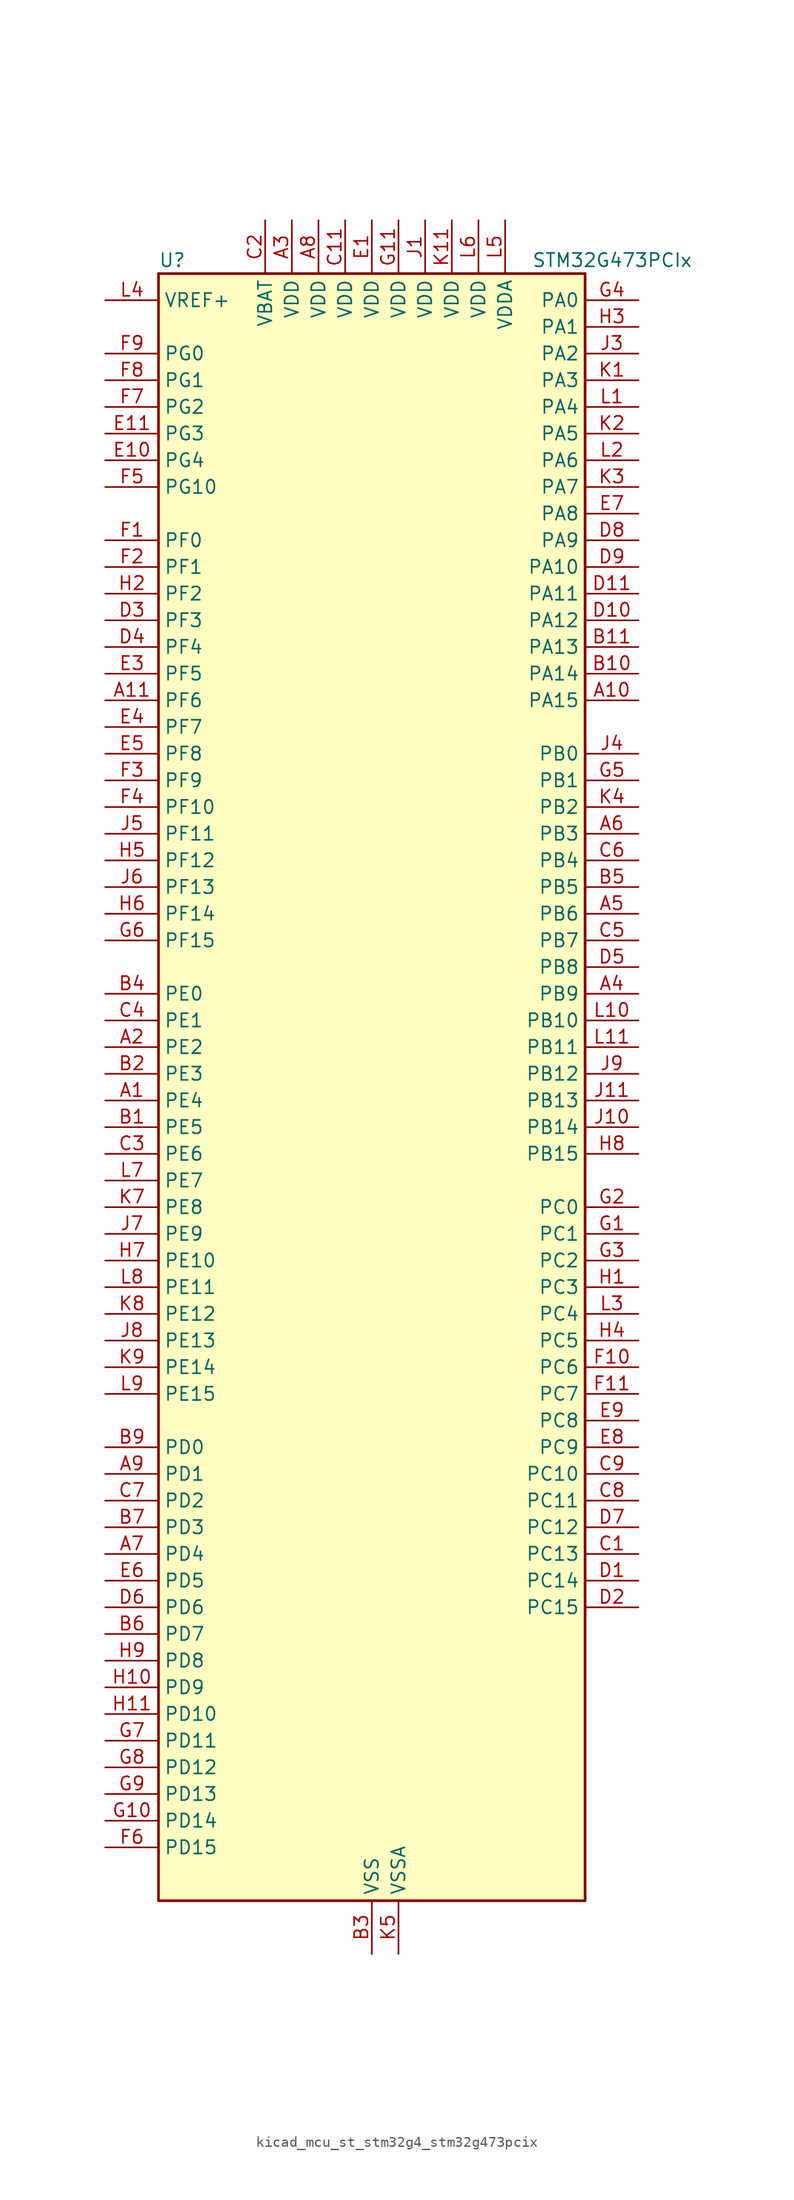
<source format=kicad_sym>
(kicad_symbol_lib
  (version 20220914)
  (generator kicad_symbol_editor)
  (symbol "kicad_mcu_st_stm32g4_stm32g473pcix"
    (property "Reference" "U"
      (at -20.32 80.01 0)
      (effects (font (size 1.27 1.27)) (justify left)))
    (property "Value" "STM32G473PCIx"
      (at 15.24 80.01 0)
      (effects (font (size 1.27 1.27)) (justify left)))
    (property "ki_locked" ""
      (at 0 0 0)
      (effects (font (size 1.27 1.27))))
    (symbol "kicad_mcu_st_stm32g4_stm32g473pcix_0_1"
      (rectangle (start -20.32 -76.2) (end 20.32 78.74) (stroke (width 0.254) (type default)) (fill (type background))))
    (symbol "kicad_mcu_st_stm32g4_stm32g473pcix_1_1"
      (pin bidirectional line (at -25.4 0 0) (length 5.08) (name "PE4" (effects (font (size 1.27 1.27)))) (number "A1" (effects (font (size 1.27 1.27)))) (alternate "FMC_A20" bidirectional line) (alternate "SAI1_D2" bidirectional line) (alternate "SAI1_FS_A" bidirectional line) (alternate "SPI4_NSS" bidirectional line) (alternate "SYS_TRACED1" bidirectional line) (alternate "TIM20_CH1N" bidirectional line) (alternate "TIM3_CH3" bidirectional line))
      (pin bidirectional line (at 25.4 38.1 180) (length 5.08) (name "PA15" (effects (font (size 1.27 1.27)))) (number "A10" (effects (font (size 1.27 1.27)))) (alternate "ADC1_EXTI15" bidirectional line) (alternate "ADC2_EXTI15" bidirectional line) (alternate "FDCAN3_TX" bidirectional line) (alternate "I2C1_SCL" bidirectional line) (alternate "I2S3_WS" bidirectional line) (alternate "SPI1_NSS" bidirectional line) (alternate "SPI3_NSS" bidirectional line) (alternate "SYS_JTDI" bidirectional line) (alternate "TIM1_BKIN" bidirectional line) (alternate "TIM2_CH1" bidirectional line) (alternate "TIM2_ETR" bidirectional line) (alternate "TIM8_CH1" bidirectional line) (alternate "UART4_DE" bidirectional line) (alternate "UART4_RTS" bidirectional line) (alternate "USART2_RX" bidirectional line))
      (pin bidirectional line (at -25.4 38.1 0) (length 5.08) (name "PF6" (effects (font (size 1.27 1.27)))) (number "A11" (effects (font (size 1.27 1.27)))) (alternate "I2C2_SCL" bidirectional line) (alternate "QUADSPI1_BK1_IO3" bidirectional line) (alternate "SAI1_SD_B" bidirectional line) (alternate "TIM4_CH4" bidirectional line) (alternate "TIM5_CH1" bidirectional line) (alternate "TIM5_ETR" bidirectional line) (alternate "USART3_RTS" bidirectional line))
      (pin bidirectional line (at -25.4 5.08 0) (length 5.08) (name "PE2" (effects (font (size 1.27 1.27)))) (number "A2" (effects (font (size 1.27 1.27)))) (alternate "ADC3_EXTI2" bidirectional line) (alternate "ADC4_EXTI2" bidirectional line) (alternate "ADC5_EXTI2" bidirectional line) (alternate "FMC_A23" bidirectional line) (alternate "SAI1_CK1" bidirectional line) (alternate "SAI1_MCLK_A" bidirectional line) (alternate "SPI4_SCK" bidirectional line) (alternate "SYS_TRACECLK" bidirectional line) (alternate "TIM20_CH1" bidirectional line) (alternate "TIM3_CH1" bidirectional line))
      (pin power_in line (at -7.62 83.82 270) (length 5.08) (name "VDD" (effects (font (size 1.27 1.27)))) (number "A3" (effects (font (size 1.27 1.27)))))
      (pin bidirectional line (at 25.4 10.16 180) (length 5.08) (name "PB9" (effects (font (size 1.27 1.27)))) (number "A4" (effects (font (size 1.27 1.27)))) (alternate "COMP2_OUT" bidirectional line) (alternate "DAC1_EXTI9" bidirectional line) (alternate "DAC2_EXTI9" bidirectional line) (alternate "DAC3_EXTI9" bidirectional line) (alternate "DAC4_EXTI9" bidirectional line) (alternate "FDCAN1_TX" bidirectional line) (alternate "I2C1_SDA" bidirectional line) (alternate "IR_OUT" bidirectional line) (alternate "SAI1_D2" bidirectional line) (alternate "SAI1_FS_A" bidirectional line) (alternate "TIM17_CH1" bidirectional line) (alternate "TIM1_CH3N" bidirectional line) (alternate "TIM4_CH4" bidirectional line) (alternate "TIM8_CH3" bidirectional line) (alternate "USART3_TX" bidirectional line))
      (pin bidirectional line (at 25.4 17.78 180) (length 5.08) (name "PB6" (effects (font (size 1.27 1.27)))) (number "A5" (effects (font (size 1.27 1.27)))) (alternate "COMP4_OUT" bidirectional line) (alternate "FDCAN2_TX" bidirectional line) (alternate "LPTIM1_ETR" bidirectional line) (alternate "SAI1_FS_B" bidirectional line) (alternate "TIM16_CH1N" bidirectional line) (alternate "TIM4_CH1" bidirectional line) (alternate "TIM8_BKIN2" bidirectional line) (alternate "TIM8_CH1" bidirectional line) (alternate "TIM8_ETR" bidirectional line) (alternate "UCPD1_CC1" bidirectional line) (alternate "USART1_TX" bidirectional line))
      (pin bidirectional line (at 25.4 25.4 180) (length 5.08) (name "PB3" (effects (font (size 1.27 1.27)))) (number "A6" (effects (font (size 1.27 1.27)))) (alternate "ADC3_EXTI3" bidirectional line) (alternate "ADC4_EXTI3" bidirectional line) (alternate "ADC5_EXTI3" bidirectional line) (alternate "CRS_SYNC" bidirectional line) (alternate "FDCAN3_RX" bidirectional line) (alternate "I2S3_CK" bidirectional line) (alternate "SAI1_SCK_B" bidirectional line) (alternate "SPI1_SCK" bidirectional line) (alternate "SPI3_SCK" bidirectional line) (alternate "SYS_JTDO-SWO" bidirectional line) (alternate "TIM2_CH2" bidirectional line) (alternate "TIM3_ETR" bidirectional line) (alternate "TIM4_ETR" bidirectional line) (alternate "TIM8_CH1N" bidirectional line) (alternate "USART2_TX" bidirectional line))
      (pin bidirectional line (at -25.4 -43.18 0) (length 5.08) (name "PD4" (effects (font (size 1.27 1.27)))) (number "A7" (effects (font (size 1.27 1.27)))) (alternate "FMC_NOE" bidirectional line) (alternate "QUADSPI1_BK2_IO0" bidirectional line) (alternate "TIM2_CH2" bidirectional line) (alternate "USART2_DE" bidirectional line) (alternate "USART2_RTS" bidirectional line))
      (pin power_in line (at -5.08 83.82 270) (length 5.08) (name "VDD" (effects (font (size 1.27 1.27)))) (number "A8" (effects (font (size 1.27 1.27)))))
      (pin bidirectional line (at -25.4 -35.56 0) (length 5.08) (name "PD1" (effects (font (size 1.27 1.27)))) (number "A9" (effects (font (size 1.27 1.27)))) (alternate "FDCAN1_TX" bidirectional line) (alternate "FMC_D3" bidirectional line) (alternate "FMC_DA3" bidirectional line) (alternate "TIM8_BKIN2" bidirectional line) (alternate "TIM8_CH4" bidirectional line))
      (pin bidirectional line (at -25.4 -2.54 0) (length 5.08) (name "PE5" (effects (font (size 1.27 1.27)))) (number "B1" (effects (font (size 1.27 1.27)))) (alternate "FMC_A21" bidirectional line) (alternate "SAI1_CK2" bidirectional line) (alternate "SAI1_SCK_A" bidirectional line) (alternate "SPI4_MISO" bidirectional line) (alternate "SYS_TRACED2" bidirectional line) (alternate "TIM20_CH2N" bidirectional line) (alternate "TIM3_CH4" bidirectional line))
      (pin bidirectional line (at 25.4 40.64 180) (length 5.08) (name "PA14" (effects (font (size 1.27 1.27)))) (number "B10" (effects (font (size 1.27 1.27)))) (alternate "I2C1_SDA" bidirectional line) (alternate "I2C4_SMBA" bidirectional line) (alternate "LPTIM1_OUT" bidirectional line) (alternate "SAI1_FS_B" bidirectional line) (alternate "SYS_JTCK-SWCLK" bidirectional line) (alternate "TIM1_BKIN" bidirectional line) (alternate "TIM8_CH2" bidirectional line) (alternate "USART2_TX" bidirectional line))
      (pin bidirectional line (at 25.4 43.18 180) (length 5.08) (name "PA13" (effects (font (size 1.27 1.27)))) (number "B11" (effects (font (size 1.27 1.27)))) (alternate "I2C1_SCL" bidirectional line) (alternate "I2C4_SCL" bidirectional line) (alternate "IR_OUT" bidirectional line) (alternate "SAI1_SD_B" bidirectional line) (alternate "SYS_JTMS-SWDIO" bidirectional line) (alternate "TIM16_CH1N" bidirectional line) (alternate "TIM4_CH3" bidirectional line) (alternate "USART3_CTS" bidirectional line) (alternate "USART3_NSS" bidirectional line))
      (pin bidirectional line (at -25.4 2.54 0) (length 5.08) (name "PE3" (effects (font (size 1.27 1.27)))) (number "B2" (effects (font (size 1.27 1.27)))) (alternate "ADC3_EXTI3" bidirectional line) (alternate "ADC4_EXTI3" bidirectional line) (alternate "ADC5_EXTI3" bidirectional line) (alternate "FMC_A19" bidirectional line) (alternate "SAI1_SD_B" bidirectional line) (alternate "SPI4_NSS" bidirectional line) (alternate "SYS_TRACED0" bidirectional line) (alternate "TIM20_CH2" bidirectional line) (alternate "TIM3_CH2" bidirectional line))
      (pin power_in line (at 0 -81.28 90) (length 5.08) (name "VSS" (effects (font (size 1.27 1.27)))) (number "B3" (effects (font (size 1.27 1.27)))))
      (pin bidirectional line (at -25.4 10.16 0) (length 5.08) (name "PE0" (effects (font (size 1.27 1.27)))) (number "B4" (effects (font (size 1.27 1.27)))) (alternate "FMC_NBL0" bidirectional line) (alternate "TIM16_CH1" bidirectional line) (alternate "TIM20_CH4N" bidirectional line) (alternate "TIM20_ETR" bidirectional line) (alternate "TIM4_ETR" bidirectional line) (alternate "USART1_TX" bidirectional line))
      (pin bidirectional line (at 25.4 20.32 180) (length 5.08) (name "PB5" (effects (font (size 1.27 1.27)))) (number "B5" (effects (font (size 1.27 1.27)))) (alternate "FDCAN2_RX" bidirectional line) (alternate "I2C1_SMBA" bidirectional line) (alternate "I2C3_SDA" bidirectional line) (alternate "I2S3_SD" bidirectional line) (alternate "LPTIM1_IN1" bidirectional line) (alternate "SAI1_SD_B" bidirectional line) (alternate "SPI1_MOSI" bidirectional line) (alternate "SPI3_MOSI" bidirectional line) (alternate "TIM16_BKIN" bidirectional line) (alternate "TIM17_CH1" bidirectional line) (alternate "TIM3_CH2" bidirectional line) (alternate "TIM8_CH3N" bidirectional line) (alternate "UART5_CTS" bidirectional line) (alternate "USART2_CK" bidirectional line))
      (pin bidirectional line (at -25.4 -50.8 0) (length 5.08) (name "PD7" (effects (font (size 1.27 1.27)))) (number "B6" (effects (font (size 1.27 1.27)))) (alternate "FMC_NCE" bidirectional line) (alternate "FMC_NE1" bidirectional line) (alternate "QUADSPI1_BK2_IO3" bidirectional line) (alternate "TIM2_CH3" bidirectional line) (alternate "USART2_CK" bidirectional line))
      (pin bidirectional line (at -25.4 -40.64 0) (length 5.08) (name "PD3" (effects (font (size 1.27 1.27)))) (number "B7" (effects (font (size 1.27 1.27)))) (alternate "ADC3_EXTI3" bidirectional line) (alternate "ADC4_EXTI3" bidirectional line) (alternate "ADC5_EXTI3" bidirectional line) (alternate "FMC_CLK" bidirectional line) (alternate "QUADSPI1_BK2_NCS" bidirectional line) (alternate "TIM2_CH1" bidirectional line) (alternate "TIM2_ETR" bidirectional line) (alternate "USART2_CTS" bidirectional line) (alternate "USART2_NSS" bidirectional line))
      (pin passive line (at 0 -81.28 90) (length 5.08) hide (name "VSS" (effects (font (size 1.27 1.27)))) (number "B8" (effects (font (size 1.27 1.27)))))
      (pin bidirectional line (at -25.4 -33.02 0) (length 5.08) (name "PD0" (effects (font (size 1.27 1.27)))) (number "B9" (effects (font (size 1.27 1.27)))) (alternate "FDCAN1_RX" bidirectional line) (alternate "FMC_D2" bidirectional line) (alternate "FMC_DA2" bidirectional line) (alternate "TIM8_CH4N" bidirectional line))
      (pin bidirectional line (at 25.4 -43.18 180) (length 5.08) (name "PC13" (effects (font (size 1.27 1.27)))) (number "C1" (effects (font (size 1.27 1.27)))) (alternate "RTC_OUT1" bidirectional line) (alternate "RTC_TAMP1" bidirectional line) (alternate "RTC_TS" bidirectional line) (alternate "SYS_WKUP2" bidirectional line) (alternate "TIM1_BKIN" bidirectional line) (alternate "TIM1_CH1N" bidirectional line) (alternate "TIM8_CH4N" bidirectional line))
      (pin passive line (at 0 -81.28 90) (length 5.08) hide (name "VSS" (effects (font (size 1.27 1.27)))) (number "C10" (effects (font (size 1.27 1.27)))))
      (pin power_in line (at -2.54 83.82 270) (length 5.08) (name "VDD" (effects (font (size 1.27 1.27)))) (number "C11" (effects (font (size 1.27 1.27)))))
      (pin power_in line (at -10.16 83.82 270) (length 5.08) (name "VBAT" (effects (font (size 1.27 1.27)))) (number "C2" (effects (font (size 1.27 1.27)))))
      (pin bidirectional line (at -25.4 -5.08 0) (length 5.08) (name "PE6" (effects (font (size 1.27 1.27)))) (number "C3" (effects (font (size 1.27 1.27)))) (alternate "FMC_A22" bidirectional line) (alternate "RTC_TAMP3" bidirectional line) (alternate "SAI1_D1" bidirectional line) (alternate "SAI1_SD_A" bidirectional line) (alternate "SPI4_MOSI" bidirectional line) (alternate "SYS_TRACED3" bidirectional line) (alternate "SYS_WKUP3" bidirectional line) (alternate "TIM20_CH3N" bidirectional line))
      (pin bidirectional line (at -25.4 7.62 0) (length 5.08) (name "PE1" (effects (font (size 1.27 1.27)))) (number "C4" (effects (font (size 1.27 1.27)))) (alternate "FMC_NBL1" bidirectional line) (alternate "TIM17_CH1" bidirectional line) (alternate "TIM20_CH4" bidirectional line) (alternate "USART1_RX" bidirectional line))
      (pin bidirectional line (at 25.4 15.24 180) (length 5.08) (name "PB7" (effects (font (size 1.27 1.27)))) (number "C5" (effects (font (size 1.27 1.27)))) (alternate "COMP3_OUT" bidirectional line) (alternate "FMC_NL" bidirectional line) (alternate "I2C1_SDA" bidirectional line) (alternate "I2C4_SDA" bidirectional line) (alternate "LPTIM1_IN2" bidirectional line) (alternate "SYS_PVD_IN" bidirectional line) (alternate "TIM17_CH1N" bidirectional line) (alternate "TIM3_CH4" bidirectional line) (alternate "TIM4_CH2" bidirectional line) (alternate "TIM8_BKIN" bidirectional line) (alternate "UART4_CTS" bidirectional line) (alternate "USART1_RX" bidirectional line))
      (pin bidirectional line (at 25.4 22.86 180) (length 5.08) (name "PB4" (effects (font (size 1.27 1.27)))) (number "C6" (effects (font (size 1.27 1.27)))) (alternate "FDCAN3_TX" bidirectional line) (alternate "SAI1_MCLK_B" bidirectional line) (alternate "SPI1_MISO" bidirectional line) (alternate "SPI3_MISO" bidirectional line) (alternate "SYS_JTRST" bidirectional line) (alternate "TIM16_CH1" bidirectional line) (alternate "TIM17_BKIN" bidirectional line) (alternate "TIM3_CH1" bidirectional line) (alternate "TIM8_CH2N" bidirectional line) (alternate "UART5_DE" bidirectional line) (alternate "UART5_RTS" bidirectional line) (alternate "UCPD1_CC2" bidirectional line) (alternate "USART2_RX" bidirectional line))
      (pin bidirectional line (at -25.4 -38.1 0) (length 5.08) (name "PD2" (effects (font (size 1.27 1.27)))) (number "C7" (effects (font (size 1.27 1.27)))) (alternate "ADC3_EXTI2" bidirectional line) (alternate "ADC4_EXTI2" bidirectional line) (alternate "ADC5_EXTI2" bidirectional line) (alternate "TIM3_ETR" bidirectional line) (alternate "TIM8_BKIN" bidirectional line) (alternate "UART5_RX" bidirectional line))
      (pin bidirectional line (at 25.4 -38.1 180) (length 5.08) (name "PC11" (effects (font (size 1.27 1.27)))) (number "C8" (effects (font (size 1.27 1.27)))) (alternate "ADC1_EXTI11" bidirectional line) (alternate "ADC2_EXTI11" bidirectional line) (alternate "I2C3_SDA" bidirectional line) (alternate "SPI3_MISO" bidirectional line) (alternate "TIM8_CH2N" bidirectional line) (alternate "UART4_RX" bidirectional line) (alternate "USART3_RX" bidirectional line))
      (pin bidirectional line (at 25.4 -35.56 180) (length 5.08) (name "PC10" (effects (font (size 1.27 1.27)))) (number "C9" (effects (font (size 1.27 1.27)))) (alternate "DAC1_EXTI10" bidirectional line) (alternate "DAC2_EXTI10" bidirectional line) (alternate "DAC3_EXTI10" bidirectional line) (alternate "DAC4_EXTI10" bidirectional line) (alternate "I2S3_CK" bidirectional line) (alternate "SPI3_SCK" bidirectional line) (alternate "TIM8_CH1N" bidirectional line) (alternate "UART4_TX" bidirectional line) (alternate "USART3_TX" bidirectional line))
      (pin bidirectional line (at 25.4 -45.72 180) (length 5.08) (name "PC14" (effects (font (size 1.27 1.27)))) (number "D1" (effects (font (size 1.27 1.27)))) (alternate "RCC_OSC32_IN" bidirectional line))
      (pin bidirectional line (at 25.4 45.72 180) (length 5.08) (name "PA12" (effects (font (size 1.27 1.27)))) (number "D10" (effects (font (size 1.27 1.27)))) (alternate "COMP2_OUT" bidirectional line) (alternate "FDCAN1_TX" bidirectional line) (alternate "I2S_CKIN" bidirectional line) (alternate "TIM16_CH1" bidirectional line) (alternate "TIM1_CH2N" bidirectional line) (alternate "TIM1_ETR" bidirectional line) (alternate "TIM4_CH2" bidirectional line) (alternate "USART1_DE" bidirectional line) (alternate "USART1_RTS" bidirectional line) (alternate "USB_DP" bidirectional line))
      (pin bidirectional line (at 25.4 48.26 180) (length 5.08) (name "PA11" (effects (font (size 1.27 1.27)))) (number "D11" (effects (font (size 1.27 1.27)))) (alternate "ADC1_EXTI11" bidirectional line) (alternate "ADC2_EXTI11" bidirectional line) (alternate "COMP1_OUT" bidirectional line) (alternate "FDCAN1_RX" bidirectional line) (alternate "I2S2_SD" bidirectional line) (alternate "SPI2_MOSI" bidirectional line) (alternate "TIM1_BKIN2" bidirectional line) (alternate "TIM1_CH1N" bidirectional line) (alternate "TIM1_CH4" bidirectional line) (alternate "TIM4_CH1" bidirectional line) (alternate "USART1_CTS" bidirectional line) (alternate "USART1_NSS" bidirectional line) (alternate "USB_DM" bidirectional line))
      (pin bidirectional line (at 25.4 -48.26 180) (length 5.08) (name "PC15" (effects (font (size 1.27 1.27)))) (number "D2" (effects (font (size 1.27 1.27)))) (alternate "ADC1_EXTI15" bidirectional line) (alternate "ADC2_EXTI15" bidirectional line) (alternate "RCC_OSC32_OUT" bidirectional line))
      (pin bidirectional line (at -25.4 45.72 0) (length 5.08) (name "PF3" (effects (font (size 1.27 1.27)))) (number "D3" (effects (font (size 1.27 1.27)))) (alternate "ADC3_EXTI3" bidirectional line) (alternate "ADC4_EXTI3" bidirectional line) (alternate "ADC5_EXTI3" bidirectional line) (alternate "FMC_A3" bidirectional line) (alternate "I2C3_SCL" bidirectional line) (alternate "TIM20_CH4" bidirectional line))
      (pin bidirectional line (at -25.4 43.18 0) (length 5.08) (name "PF4" (effects (font (size 1.27 1.27)))) (number "D4" (effects (font (size 1.27 1.27)))) (alternate "COMP1_OUT" bidirectional line) (alternate "FMC_A4" bidirectional line) (alternate "I2C3_SDA" bidirectional line) (alternate "TIM20_CH1N" bidirectional line))
      (pin bidirectional line (at 25.4 12.7 180) (length 5.08) (name "PB8" (effects (font (size 1.27 1.27)))) (number "D5" (effects (font (size 1.27 1.27)))) (alternate "COMP1_OUT" bidirectional line) (alternate "FDCAN1_RX" bidirectional line) (alternate "I2C1_SCL" bidirectional line) (alternate "SAI1_CK1" bidirectional line) (alternate "SAI1_MCLK_A" bidirectional line) (alternate "TIM16_CH1" bidirectional line) (alternate "TIM1_BKIN" bidirectional line) (alternate "TIM4_CH3" bidirectional line) (alternate "TIM8_CH2" bidirectional line) (alternate "USART3_RX" bidirectional line))
      (pin bidirectional line (at -25.4 -48.26 0) (length 5.08) (name "PD6" (effects (font (size 1.27 1.27)))) (number "D6" (effects (font (size 1.27 1.27)))) (alternate "FMC_NWAIT" bidirectional line) (alternate "QUADSPI1_BK2_IO2" bidirectional line) (alternate "SAI1_D1" bidirectional line) (alternate "SAI1_SD_A" bidirectional line) (alternate "TIM2_CH4" bidirectional line) (alternate "USART2_RX" bidirectional line))
      (pin bidirectional line (at 25.4 -40.64 180) (length 5.08) (name "PC12" (effects (font (size 1.27 1.27)))) (number "D7" (effects (font (size 1.27 1.27)))) (alternate "I2S3_SD" bidirectional line) (alternate "SPI3_MOSI" bidirectional line) (alternate "TIM5_CH2" bidirectional line) (alternate "TIM8_CH3N" bidirectional line) (alternate "UART5_TX" bidirectional line) (alternate "UCPD1_FRSTX1" bidirectional line) (alternate "UCPD1_FRSTX2" bidirectional line) (alternate "USART3_CK" bidirectional line))
      (pin bidirectional line (at 25.4 53.34 180) (length 5.08) (name "PA9" (effects (font (size 1.27 1.27)))) (number "D8" (effects (font (size 1.27 1.27)))) (alternate "ADC5_IN2" bidirectional line) (alternate "COMP5_OUT" bidirectional line) (alternate "DAC1_EXTI9" bidirectional line) (alternate "DAC2_EXTI9" bidirectional line) (alternate "DAC3_EXTI9" bidirectional line) (alternate "DAC4_EXTI9" bidirectional line) (alternate "I2C2_SCL" bidirectional line) (alternate "I2C3_SMBA" bidirectional line) (alternate "I2S3_MCK" bidirectional line) (alternate "SAI1_FS_A" bidirectional line) (alternate "TIM15_BKIN" bidirectional line) (alternate "TIM1_CH2" bidirectional line) (alternate "TIM2_CH3" bidirectional line) (alternate "UCPD1_DBCC1" bidirectional line) (alternate "USART1_TX" bidirectional line))
      (pin bidirectional line (at 25.4 50.8 180) (length 5.08) (name "PA10" (effects (font (size 1.27 1.27)))) (number "D9" (effects (font (size 1.27 1.27)))) (alternate "COMP6_OUT" bidirectional line) (alternate "CRS_SYNC" bidirectional line) (alternate "DAC1_EXTI10" bidirectional line) (alternate "DAC2_EXTI10" bidirectional line) (alternate "DAC3_EXTI10" bidirectional line) (alternate "DAC4_EXTI10" bidirectional line) (alternate "I2C2_SMBA" bidirectional line) (alternate "SAI1_D1" bidirectional line) (alternate "SAI1_SD_A" bidirectional line) (alternate "SPI2_MISO" bidirectional line) (alternate "TIM17_BKIN" bidirectional line) (alternate "TIM1_CH3" bidirectional line) (alternate "TIM2_CH4" bidirectional line) (alternate "TIM8_BKIN" bidirectional line) (alternate "UCPD1_DBCC2" bidirectional line) (alternate "USART1_RX" bidirectional line))
      (pin power_in line (at 0 83.82 270) (length 5.08) (name "VDD" (effects (font (size 1.27 1.27)))) (number "E1" (effects (font (size 1.27 1.27)))))
      (pin bidirectional line (at -25.4 60.96 0) (length 5.08) (name "PG4" (effects (font (size 1.27 1.27)))) (number "E10" (effects (font (size 1.27 1.27)))) (alternate "FMC_A14" bidirectional line) (alternate "I2C4_SDA" bidirectional line) (alternate "SPI1_MOSI" bidirectional line) (alternate "TIM20_BKIN2" bidirectional line))
      (pin bidirectional line (at -25.4 63.5 0) (length 5.08) (name "PG3" (effects (font (size 1.27 1.27)))) (number "E11" (effects (font (size 1.27 1.27)))) (alternate "ADC3_EXTI3" bidirectional line) (alternate "ADC4_EXTI3" bidirectional line) (alternate "ADC5_EXTI3" bidirectional line) (alternate "FMC_A13" bidirectional line) (alternate "I2C4_SCL" bidirectional line) (alternate "SPI1_MISO" bidirectional line) (alternate "TIM20_BKIN" bidirectional line) (alternate "TIM20_CH4N" bidirectional line))
      (pin passive line (at 0 -81.28 90) (length 5.08) hide (name "VSS" (effects (font (size 1.27 1.27)))) (number "E2" (effects (font (size 1.27 1.27)))))
      (pin bidirectional line (at -25.4 40.64 0) (length 5.08) (name "PF5" (effects (font (size 1.27 1.27)))) (number "E3" (effects (font (size 1.27 1.27)))) (alternate "FMC_A5" bidirectional line) (alternate "TIM20_CH2N" bidirectional line))
      (pin bidirectional line (at -25.4 35.56 0) (length 5.08) (name "PF7" (effects (font (size 1.27 1.27)))) (number "E4" (effects (font (size 1.27 1.27)))) (alternate "FMC_A1" bidirectional line) (alternate "QUADSPI1_BK1_IO2" bidirectional line) (alternate "SAI1_MCLK_B" bidirectional line) (alternate "TIM20_BKIN" bidirectional line) (alternate "TIM5_CH2" bidirectional line))
      (pin bidirectional line (at -25.4 33.02 0) (length 5.08) (name "PF8" (effects (font (size 1.27 1.27)))) (number "E5" (effects (font (size 1.27 1.27)))) (alternate "FMC_A24" bidirectional line) (alternate "QUADSPI1_BK1_IO0" bidirectional line) (alternate "SAI1_SCK_B" bidirectional line) (alternate "TIM20_BKIN2" bidirectional line) (alternate "TIM5_CH3" bidirectional line))
      (pin bidirectional line (at -25.4 -45.72 0) (length 5.08) (name "PD5" (effects (font (size 1.27 1.27)))) (number "E6" (effects (font (size 1.27 1.27)))) (alternate "FMC_NWE" bidirectional line) (alternate "QUADSPI1_BK2_IO1" bidirectional line) (alternate "USART2_TX" bidirectional line))
      (pin bidirectional line (at 25.4 55.88 180) (length 5.08) (name "PA8" (effects (font (size 1.27 1.27)))) (number "E7" (effects (font (size 1.27 1.27)))) (alternate "ADC5_IN1" bidirectional line) (alternate "COMP7_OUT" bidirectional line) (alternate "FDCAN3_RX" bidirectional line) (alternate "I2C2_SDA" bidirectional line) (alternate "I2C3_SCL" bidirectional line) (alternate "I2S2_MCK" bidirectional line) (alternate "OPAMP5_VOUT" bidirectional line) (alternate "RCC_MCO" bidirectional line) (alternate "SAI1_CK2" bidirectional line) (alternate "SAI1_SCK_A" bidirectional line) (alternate "TIM1_CH1" bidirectional line) (alternate "TIM4_ETR" bidirectional line) (alternate "USART1_CK" bidirectional line))
      (pin bidirectional line (at 25.4 -33.02 180) (length 5.08) (name "PC9" (effects (font (size 1.27 1.27)))) (number "E8" (effects (font (size 1.27 1.27)))) (alternate "DAC1_EXTI9" bidirectional line) (alternate "DAC2_EXTI9" bidirectional line) (alternate "DAC3_EXTI9" bidirectional line) (alternate "DAC4_EXTI9" bidirectional line) (alternate "I2C3_SDA" bidirectional line) (alternate "I2S_CKIN" bidirectional line) (alternate "TIM3_CH4" bidirectional line) (alternate "TIM8_BKIN2" bidirectional line) (alternate "TIM8_CH4" bidirectional line))
      (pin bidirectional line (at 25.4 -30.48 180) (length 5.08) (name "PC8" (effects (font (size 1.27 1.27)))) (number "E9" (effects (font (size 1.27 1.27)))) (alternate "COMP7_OUT" bidirectional line) (alternate "I2C3_SCL" bidirectional line) (alternate "TIM20_CH3" bidirectional line) (alternate "TIM3_CH3" bidirectional line) (alternate "TIM8_CH3" bidirectional line))
      (pin bidirectional line (at -25.4 53.34 0) (length 5.08) (name "PF0" (effects (font (size 1.27 1.27)))) (number "F1" (effects (font (size 1.27 1.27)))) (alternate "ADC1_IN10" bidirectional line) (alternate "I2C2_SDA" bidirectional line) (alternate "I2S2_WS" bidirectional line) (alternate "RCC_OSC_IN" bidirectional line) (alternate "SPI2_NSS" bidirectional line) (alternate "TIM1_CH3N" bidirectional line))
      (pin bidirectional line (at 25.4 -25.4 180) (length 5.08) (name "PC6" (effects (font (size 1.27 1.27)))) (number "F10" (effects (font (size 1.27 1.27)))) (alternate "COMP6_OUT" bidirectional line) (alternate "I2C4_SCL" bidirectional line) (alternate "I2S2_MCK" bidirectional line) (alternate "TIM3_CH1" bidirectional line) (alternate "TIM8_CH1" bidirectional line))
      (pin bidirectional line (at 25.4 -27.94 180) (length 5.08) (name "PC7" (effects (font (size 1.27 1.27)))) (number "F11" (effects (font (size 1.27 1.27)))) (alternate "COMP5_OUT" bidirectional line) (alternate "I2C4_SDA" bidirectional line) (alternate "I2S3_MCK" bidirectional line) (alternate "TIM3_CH2" bidirectional line) (alternate "TIM8_CH2" bidirectional line))
      (pin bidirectional line (at -25.4 50.8 0) (length 5.08) (name "PF1" (effects (font (size 1.27 1.27)))) (number "F2" (effects (font (size 1.27 1.27)))) (alternate "ADC2_IN10" bidirectional line) (alternate "COMP3_INM" bidirectional line) (alternate "I2S2_CK" bidirectional line) (alternate "RCC_OSC_OUT" bidirectional line) (alternate "SPI2_SCK" bidirectional line))
      (pin bidirectional line (at -25.4 30.48 0) (length 5.08) (name "PF9" (effects (font (size 1.27 1.27)))) (number "F3" (effects (font (size 1.27 1.27)))) (alternate "DAC1_EXTI9" bidirectional line) (alternate "DAC2_EXTI9" bidirectional line) (alternate "DAC3_EXTI9" bidirectional line) (alternate "DAC4_EXTI9" bidirectional line) (alternate "FMC_A25" bidirectional line) (alternate "QUADSPI1_BK1_IO1" bidirectional line) (alternate "SAI1_FS_B" bidirectional line) (alternate "SPI2_SCK" bidirectional line) (alternate "TIM15_CH1" bidirectional line) (alternate "TIM20_BKIN" bidirectional line) (alternate "TIM5_CH4" bidirectional line))
      (pin bidirectional line (at -25.4 27.94 0) (length 5.08) (name "PF10" (effects (font (size 1.27 1.27)))) (number "F4" (effects (font (size 1.27 1.27)))) (alternate "DAC1_EXTI10" bidirectional line) (alternate "DAC2_EXTI10" bidirectional line) (alternate "DAC3_EXTI10" bidirectional line) (alternate "DAC4_EXTI10" bidirectional line) (alternate "FMC_A0" bidirectional line) (alternate "QUADSPI1_CLK" bidirectional line) (alternate "SAI1_D3" bidirectional line) (alternate "SPI2_SCK" bidirectional line) (alternate "TIM15_CH2" bidirectional line) (alternate "TIM20_BKIN2" bidirectional line))
      (pin bidirectional line (at -25.4 58.42 0) (length 5.08) (name "PG10" (effects (font (size 1.27 1.27)))) (number "F5" (effects (font (size 1.27 1.27)))) (alternate "DAC1_EXTI10" bidirectional line) (alternate "DAC2_EXTI10" bidirectional line) (alternate "DAC3_EXTI10" bidirectional line) (alternate "DAC4_EXTI10" bidirectional line) (alternate "RCC_MCO" bidirectional line))
      (pin bidirectional line (at -25.4 -71.12 0) (length 5.08) (name "PD15" (effects (font (size 1.27 1.27)))) (number "F6" (effects (font (size 1.27 1.27)))) (alternate "ADC1_EXTI15" bidirectional line) (alternate "ADC2_EXTI15" bidirectional line) (alternate "COMP7_INM" bidirectional line) (alternate "FMC_D1" bidirectional line) (alternate "FMC_DA1" bidirectional line) (alternate "SPI2_NSS" bidirectional line) (alternate "TIM4_CH4" bidirectional line))
      (pin bidirectional line (at -25.4 66.04 0) (length 5.08) (name "PG2" (effects (font (size 1.27 1.27)))) (number "F7" (effects (font (size 1.27 1.27)))) (alternate "ADC3_EXTI2" bidirectional line) (alternate "ADC4_EXTI2" bidirectional line) (alternate "ADC5_EXTI2" bidirectional line) (alternate "FMC_A12" bidirectional line) (alternate "SPI1_SCK" bidirectional line) (alternate "TIM20_CH3N" bidirectional line))
      (pin bidirectional line (at -25.4 68.58 0) (length 5.08) (name "PG1" (effects (font (size 1.27 1.27)))) (number "F8" (effects (font (size 1.27 1.27)))) (alternate "FMC_A11" bidirectional line) (alternate "TIM20_CH2N" bidirectional line))
      (pin bidirectional line (at -25.4 71.12 0) (length 5.08) (name "PG0" (effects (font (size 1.27 1.27)))) (number "F9" (effects (font (size 1.27 1.27)))) (alternate "FMC_A10" bidirectional line) (alternate "TIM20_CH1N" bidirectional line))
      (pin bidirectional line (at 25.4 -12.7 180) (length 5.08) (name "PC1" (effects (font (size 1.27 1.27)))) (number "G1" (effects (font (size 1.27 1.27)))) (alternate "ADC1_IN7" bidirectional line) (alternate "ADC2_IN7" bidirectional line) (alternate "COMP3_INP" bidirectional line) (alternate "LPTIM1_OUT" bidirectional line) (alternate "LPUART1_TX" bidirectional line) (alternate "QUADSPI1_BK2_IO0" bidirectional line) (alternate "SAI1_SD_A" bidirectional line) (alternate "TIM1_CH2" bidirectional line))
      (pin bidirectional line (at -25.4 -68.58 0) (length 5.08) (name "PD14" (effects (font (size 1.27 1.27)))) (number "G10" (effects (font (size 1.27 1.27)))) (alternate "ADC3_IN11" bidirectional line) (alternate "ADC4_IN11" bidirectional line) (alternate "ADC5_IN11" bidirectional line) (alternate "COMP7_INP" bidirectional line) (alternate "FMC_D0" bidirectional line) (alternate "FMC_DA0" bidirectional line) (alternate "OPAMP2_VINP" bidirectional line) (alternate "OPAMP2_VINP_SEC" bidirectional line) (alternate "TIM4_CH3" bidirectional line))
      (pin power_in line (at 2.54 83.82 270) (length 5.08) (name "VDD" (effects (font (size 1.27 1.27)))) (number "G11" (effects (font (size 1.27 1.27)))))
      (pin bidirectional line (at 25.4 -10.16 180) (length 5.08) (name "PC0" (effects (font (size 1.27 1.27)))) (number "G2" (effects (font (size 1.27 1.27)))) (alternate "ADC1_IN6" bidirectional line) (alternate "ADC2_IN6" bidirectional line) (alternate "COMP3_INM" bidirectional line) (alternate "LPTIM1_IN1" bidirectional line) (alternate "LPUART1_RX" bidirectional line) (alternate "TIM1_CH1" bidirectional line))
      (pin bidirectional line (at 25.4 -15.24 180) (length 5.08) (name "PC2" (effects (font (size 1.27 1.27)))) (number "G3" (effects (font (size 1.27 1.27)))) (alternate "ADC1_IN8" bidirectional line) (alternate "ADC2_IN8" bidirectional line) (alternate "ADC3_EXTI2" bidirectional line) (alternate "ADC4_EXTI2" bidirectional line) (alternate "ADC5_EXTI2" bidirectional line) (alternate "COMP3_OUT" bidirectional line) (alternate "LPTIM1_IN2" bidirectional line) (alternate "QUADSPI1_BK2_IO1" bidirectional line) (alternate "TIM1_CH3" bidirectional line) (alternate "TIM20_CH2" bidirectional line))
      (pin bidirectional line (at 25.4 76.2 180) (length 5.08) (name "PA0" (effects (font (size 1.27 1.27)))) (number "G4" (effects (font (size 1.27 1.27)))) (alternate "ADC1_IN1" bidirectional line) (alternate "ADC2_IN1" bidirectional line) (alternate "COMP1_INM" bidirectional line) (alternate "COMP1_OUT" bidirectional line) (alternate "COMP3_INP" bidirectional line) (alternate "RTC_TAMP2" bidirectional line) (alternate "SYS_WKUP1" bidirectional line) (alternate "TIM2_CH1" bidirectional line) (alternate "TIM2_ETR" bidirectional line) (alternate "TIM5_CH1" bidirectional line) (alternate "TIM8_BKIN" bidirectional line) (alternate "TIM8_ETR" bidirectional line) (alternate "USART2_CTS" bidirectional line) (alternate "USART2_NSS" bidirectional line))
      (pin bidirectional line (at 25.4 30.48 180) (length 5.08) (name "PB1" (effects (font (size 1.27 1.27)))) (number "G5" (effects (font (size 1.27 1.27)))) (alternate "ADC1_IN12" bidirectional line) (alternate "ADC3_IN1" bidirectional line) (alternate "COMP1_INP" bidirectional line) (alternate "COMP4_OUT" bidirectional line) (alternate "LPUART1_DE" bidirectional line) (alternate "LPUART1_RTS" bidirectional line) (alternate "OPAMP3_VOUT" bidirectional line) (alternate "OPAMP6_VINM" bidirectional line) (alternate "OPAMP6_VINM1" bidirectional line) (alternate "OPAMP6_VINM_SEC" bidirectional line) (alternate "QUADSPI1_BK1_IO0" bidirectional line) (alternate "TIM1_CH3N" bidirectional line) (alternate "TIM3_CH4" bidirectional line) (alternate "TIM8_CH3N" bidirectional line))
      (pin bidirectional line (at -25.4 15.24 0) (length 5.08) (name "PF15" (effects (font (size 1.27 1.27)))) (number "G6" (effects (font (size 1.27 1.27)))) (alternate "ADC1_EXTI15" bidirectional line) (alternate "ADC2_EXTI15" bidirectional line) (alternate "FMC_A9" bidirectional line) (alternate "I2C4_SDA" bidirectional line) (alternate "TIM20_CH4" bidirectional line))
      (pin bidirectional line (at -25.4 -60.96 0) (length 5.08) (name "PD11" (effects (font (size 1.27 1.27)))) (number "G7" (effects (font (size 1.27 1.27)))) (alternate "ADC1_EXTI11" bidirectional line) (alternate "ADC2_EXTI11" bidirectional line) (alternate "ADC3_IN8" bidirectional line) (alternate "ADC4_IN8" bidirectional line) (alternate "ADC5_IN8" bidirectional line) (alternate "COMP6_INP" bidirectional line) (alternate "FMC_A16" bidirectional line) (alternate "FMC_CLE" bidirectional line) (alternate "I2C4_SMBA" bidirectional line) (alternate "OPAMP4_VINP" bidirectional line) (alternate "OPAMP4_VINP_SEC" bidirectional line) (alternate "TIM5_ETR" bidirectional line) (alternate "USART3_CTS" bidirectional line) (alternate "USART3_NSS" bidirectional line))
      (pin bidirectional line (at -25.4 -63.5 0) (length 5.08) (name "PD12" (effects (font (size 1.27 1.27)))) (number "G8" (effects (font (size 1.27 1.27)))) (alternate "ADC3_IN9" bidirectional line) (alternate "ADC4_IN9" bidirectional line) (alternate "ADC5_IN9" bidirectional line) (alternate "COMP5_INP" bidirectional line) (alternate "FMC_A17" bidirectional line) (alternate "FMC_ALE" bidirectional line) (alternate "OPAMP5_VINP" bidirectional line) (alternate "OPAMP5_VINP_SEC" bidirectional line) (alternate "TIM4_CH1" bidirectional line) (alternate "USART3_DE" bidirectional line) (alternate "USART3_RTS" bidirectional line))
      (pin bidirectional line (at -25.4 -66.04 0) (length 5.08) (name "PD13" (effects (font (size 1.27 1.27)))) (number "G9" (effects (font (size 1.27 1.27)))) (alternate "ADC3_IN10" bidirectional line) (alternate "ADC4_IN10" bidirectional line) (alternate "ADC5_IN10" bidirectional line) (alternate "COMP5_INM" bidirectional line) (alternate "FMC_A18" bidirectional line) (alternate "TIM4_CH2" bidirectional line))
      (pin bidirectional line (at 25.4 -17.78 180) (length 5.08) (name "PC3" (effects (font (size 1.27 1.27)))) (number "H1" (effects (font (size 1.27 1.27)))) (alternate "ADC1_IN9" bidirectional line) (alternate "ADC2_IN9" bidirectional line) (alternate "ADC3_EXTI3" bidirectional line) (alternate "ADC4_EXTI3" bidirectional line) (alternate "ADC5_EXTI3" bidirectional line) (alternate "LPTIM1_ETR" bidirectional line) (alternate "OPAMP5_VINP" bidirectional line) (alternate "OPAMP5_VINP_SEC" bidirectional line) (alternate "QUADSPI1_BK2_IO2" bidirectional line) (alternate "SAI1_D1" bidirectional line) (alternate "SAI1_SD_A" bidirectional line) (alternate "TIM1_BKIN2" bidirectional line) (alternate "TIM1_CH4" bidirectional line))
      (pin bidirectional line (at -25.4 -55.88 0) (length 5.08) (name "PD9" (effects (font (size 1.27 1.27)))) (number "H10" (effects (font (size 1.27 1.27)))) (alternate "ADC4_IN13" bidirectional line) (alternate "ADC5_IN13" bidirectional line) (alternate "DAC1_EXTI9" bidirectional line) (alternate "DAC2_EXTI9" bidirectional line) (alternate "DAC3_EXTI9" bidirectional line) (alternate "DAC4_EXTI9" bidirectional line) (alternate "FMC_D14" bidirectional line) (alternate "FMC_DA14" bidirectional line) (alternate "OPAMP6_VINP" bidirectional line) (alternate "OPAMP6_VINP_SEC" bidirectional line) (alternate "USART3_RX" bidirectional line))
      (pin bidirectional line (at -25.4 -58.42 0) (length 5.08) (name "PD10" (effects (font (size 1.27 1.27)))) (number "H11" (effects (font (size 1.27 1.27)))) (alternate "ADC3_IN7" bidirectional line) (alternate "ADC4_IN7" bidirectional line) (alternate "ADC5_IN7" bidirectional line) (alternate "COMP6_INM" bidirectional line) (alternate "DAC1_EXTI10" bidirectional line) (alternate "DAC2_EXTI10" bidirectional line) (alternate "DAC3_EXTI10" bidirectional line) (alternate "DAC4_EXTI10" bidirectional line) (alternate "FMC_D15" bidirectional line) (alternate "FMC_DA15" bidirectional line) (alternate "USART3_CK" bidirectional line))
      (pin bidirectional line (at -25.4 48.26 0) (length 5.08) (name "PF2" (effects (font (size 1.27 1.27)))) (number "H2" (effects (font (size 1.27 1.27)))) (alternate "ADC3_EXTI2" bidirectional line) (alternate "ADC4_EXTI2" bidirectional line) (alternate "ADC5_EXTI2" bidirectional line) (alternate "FMC_A2" bidirectional line) (alternate "I2C2_SMBA" bidirectional line) (alternate "TIM20_CH3" bidirectional line))
      (pin bidirectional line (at 25.4 73.66 180) (length 5.08) (name "PA1" (effects (font (size 1.27 1.27)))) (number "H3" (effects (font (size 1.27 1.27)))) (alternate "ADC1_IN2" bidirectional line) (alternate "ADC2_IN2" bidirectional line) (alternate "COMP1_INP" bidirectional line) (alternate "OPAMP1_VINP" bidirectional line) (alternate "OPAMP1_VINP_SEC" bidirectional line) (alternate "OPAMP3_VINP" bidirectional line) (alternate "OPAMP3_VINP_SEC" bidirectional line) (alternate "OPAMP6_VINM" bidirectional line) (alternate "OPAMP6_VINM0" bidirectional line) (alternate "OPAMP6_VINM_SEC" bidirectional line) (alternate "RTC_REFIN" bidirectional line) (alternate "TIM15_CH1N" bidirectional line) (alternate "TIM2_CH2" bidirectional line) (alternate "TIM5_CH2" bidirectional line) (alternate "USART2_DE" bidirectional line) (alternate "USART2_RTS" bidirectional line))
      (pin bidirectional line (at 25.4 -22.86 180) (length 5.08) (name "PC5" (effects (font (size 1.27 1.27)))) (number "H4" (effects (font (size 1.27 1.27)))) (alternate "ADC2_IN11" bidirectional line) (alternate "OPAMP1_VINM" bidirectional line) (alternate "OPAMP1_VINM1" bidirectional line) (alternate "OPAMP1_VINM_SEC" bidirectional line) (alternate "OPAMP2_VINM" bidirectional line) (alternate "OPAMP2_VINM1" bidirectional line) (alternate "OPAMP2_VINM_SEC" bidirectional line) (alternate "SAI1_D3" bidirectional line) (alternate "SYS_WKUP5" bidirectional line) (alternate "TIM15_BKIN" bidirectional line) (alternate "TIM1_CH4N" bidirectional line) (alternate "USART1_RX" bidirectional line))
      (pin bidirectional line (at -25.4 22.86 0) (length 5.08) (name "PF12" (effects (font (size 1.27 1.27)))) (number "H5" (effects (font (size 1.27 1.27)))) (alternate "FMC_A6" bidirectional line) (alternate "TIM20_CH1" bidirectional line))
      (pin bidirectional line (at -25.4 17.78 0) (length 5.08) (name "PF14" (effects (font (size 1.27 1.27)))) (number "H6" (effects (font (size 1.27 1.27)))) (alternate "FMC_A8" bidirectional line) (alternate "I2C4_SCL" bidirectional line) (alternate "TIM20_CH3" bidirectional line))
      (pin bidirectional line (at -25.4 -15.24 0) (length 5.08) (name "PE10" (effects (font (size 1.27 1.27)))) (number "H7" (effects (font (size 1.27 1.27)))) (alternate "ADC3_IN14" bidirectional line) (alternate "ADC4_IN14" bidirectional line) (alternate "ADC5_IN14" bidirectional line) (alternate "DAC1_EXTI10" bidirectional line) (alternate "DAC2_EXTI10" bidirectional line) (alternate "DAC3_EXTI10" bidirectional line) (alternate "DAC4_EXTI10" bidirectional line) (alternate "FMC_D7" bidirectional line) (alternate "FMC_DA7" bidirectional line) (alternate "QUADSPI1_CLK" bidirectional line) (alternate "SAI1_MCLK_B" bidirectional line) (alternate "TIM1_CH2N" bidirectional line))
      (pin bidirectional line (at 25.4 -5.08 180) (length 5.08) (name "PB15" (effects (font (size 1.27 1.27)))) (number "H8" (effects (font (size 1.27 1.27)))) (alternate "ADC1_EXTI15" bidirectional line) (alternate "ADC2_EXTI15" bidirectional line) (alternate "ADC2_IN15" bidirectional line) (alternate "ADC4_IN5" bidirectional line) (alternate "COMP3_OUT" bidirectional line) (alternate "COMP6_INM" bidirectional line) (alternate "I2S2_SD" bidirectional line) (alternate "OPAMP5_VINM" bidirectional line) (alternate "OPAMP5_VINM0" bidirectional line) (alternate "OPAMP5_VINM_SEC" bidirectional line) (alternate "RTC_REFIN" bidirectional line) (alternate "SPI2_MOSI" bidirectional line) (alternate "TIM15_CH1N" bidirectional line) (alternate "TIM15_CH2" bidirectional line) (alternate "TIM1_CH3N" bidirectional line))
      (pin bidirectional line (at -25.4 -53.34 0) (length 5.08) (name "PD8" (effects (font (size 1.27 1.27)))) (number "H9" (effects (font (size 1.27 1.27)))) (alternate "ADC4_IN12" bidirectional line) (alternate "ADC5_IN12" bidirectional line) (alternate "FMC_D13" bidirectional line) (alternate "FMC_DA13" bidirectional line) (alternate "OPAMP4_VINM" bidirectional line) (alternate "OPAMP4_VINM1" bidirectional line) (alternate "OPAMP4_VINM_SEC" bidirectional line) (alternate "USART3_TX" bidirectional line))
      (pin power_in line (at 5.08 83.82 270) (length 5.08) (name "VDD" (effects (font (size 1.27 1.27)))) (number "J1" (effects (font (size 1.27 1.27)))))
      (pin bidirectional line (at 25.4 -2.54 180) (length 5.08) (name "PB14" (effects (font (size 1.27 1.27)))) (number "J10" (effects (font (size 1.27 1.27)))) (alternate "ADC1_IN5" bidirectional line) (alternate "ADC4_IN4" bidirectional line) (alternate "COMP4_OUT" bidirectional line) (alternate "COMP7_INP" bidirectional line) (alternate "OPAMP2_VINP" bidirectional line) (alternate "OPAMP2_VINP_SEC" bidirectional line) (alternate "OPAMP5_VINP" bidirectional line) (alternate "OPAMP5_VINP_SEC" bidirectional line) (alternate "SPI2_MISO" bidirectional line) (alternate "TIM15_CH1" bidirectional line) (alternate "TIM1_CH2N" bidirectional line) (alternate "USART3_DE" bidirectional line) (alternate "USART3_RTS" bidirectional line))
      (pin bidirectional line (at 25.4 0 180) (length 5.08) (name "PB13" (effects (font (size 1.27 1.27)))) (number "J11" (effects (font (size 1.27 1.27)))) (alternate "ADC3_IN5" bidirectional line) (alternate "COMP5_INP" bidirectional line) (alternate "FDCAN2_TX" bidirectional line) (alternate "I2S2_CK" bidirectional line) (alternate "LPUART1_CTS" bidirectional line) (alternate "OPAMP3_VINP" bidirectional line) (alternate "OPAMP3_VINP_SEC" bidirectional line) (alternate "OPAMP4_VINP" bidirectional line) (alternate "OPAMP4_VINP_SEC" bidirectional line) (alternate "OPAMP6_VINP" bidirectional line) (alternate "OPAMP6_VINP_SEC" bidirectional line) (alternate "SPI2_SCK" bidirectional line) (alternate "TIM1_CH1N" bidirectional line) (alternate "USART3_CTS" bidirectional line) (alternate "USART3_NSS" bidirectional line))
      (pin passive line (at 0 -81.28 90) (length 5.08) hide (name "VSS" (effects (font (size 1.27 1.27)))) (number "J2" (effects (font (size 1.27 1.27)))))
      (pin bidirectional line (at 25.4 71.12 180) (length 5.08) (name "PA2" (effects (font (size 1.27 1.27)))) (number "J3" (effects (font (size 1.27 1.27)))) (alternate "ADC1_IN3" bidirectional line) (alternate "ADC3_EXTI2" bidirectional line) (alternate "ADC4_EXTI2" bidirectional line) (alternate "ADC5_EXTI2" bidirectional line) (alternate "COMP2_INM" bidirectional line) (alternate "COMP2_OUT" bidirectional line) (alternate "LPUART1_TX" bidirectional line) (alternate "OPAMP1_VOUT" bidirectional line) (alternate "QUADSPI1_BK1_NCS" bidirectional line) (alternate "RCC_LSCO" bidirectional line) (alternate "SYS_WKUP4" bidirectional line) (alternate "TIM15_CH1" bidirectional line) (alternate "TIM2_CH3" bidirectional line) (alternate "TIM5_CH3" bidirectional line) (alternate "UCPD1_FRSTX1" bidirectional line) (alternate "UCPD1_FRSTX2" bidirectional line) (alternate "USART2_TX" bidirectional line))
      (pin bidirectional line (at 25.4 33.02 180) (length 5.08) (name "PB0" (effects (font (size 1.27 1.27)))) (number "J4" (effects (font (size 1.27 1.27)))) (alternate "ADC1_IN15" bidirectional line) (alternate "ADC3_IN12" bidirectional line) (alternate "COMP4_INP" bidirectional line) (alternate "OPAMP2_VINP" bidirectional line) (alternate "OPAMP2_VINP_SEC" bidirectional line) (alternate "OPAMP3_VINP" bidirectional line) (alternate "OPAMP3_VINP_SEC" bidirectional line) (alternate "QUADSPI1_BK1_IO1" bidirectional line) (alternate "TIM1_CH2N" bidirectional line) (alternate "TIM3_CH3" bidirectional line) (alternate "TIM8_CH2N" bidirectional line) (alternate "UCPD1_FRSTX1" bidirectional line) (alternate "UCPD1_FRSTX2" bidirectional line))
      (pin bidirectional line (at -25.4 25.4 0) (length 5.08) (name "PF11" (effects (font (size 1.27 1.27)))) (number "J5" (effects (font (size 1.27 1.27)))) (alternate "ADC1_EXTI11" bidirectional line) (alternate "ADC2_EXTI11" bidirectional line) (alternate "FMC_NE4" bidirectional line) (alternate "TIM20_ETR" bidirectional line))
      (pin bidirectional line (at -25.4 20.32 0) (length 5.08) (name "PF13" (effects (font (size 1.27 1.27)))) (number "J6" (effects (font (size 1.27 1.27)))) (alternate "FMC_A7" bidirectional line) (alternate "I2C4_SMBA" bidirectional line) (alternate "TIM20_CH2" bidirectional line))
      (pin bidirectional line (at -25.4 -12.7 0) (length 5.08) (name "PE9" (effects (font (size 1.27 1.27)))) (number "J7" (effects (font (size 1.27 1.27)))) (alternate "ADC3_IN2" bidirectional line) (alternate "DAC1_EXTI9" bidirectional line) (alternate "DAC2_EXTI9" bidirectional line) (alternate "DAC3_EXTI9" bidirectional line) (alternate "DAC4_EXTI9" bidirectional line) (alternate "FMC_D6" bidirectional line) (alternate "FMC_DA6" bidirectional line) (alternate "SAI1_FS_B" bidirectional line) (alternate "TIM1_CH1" bidirectional line) (alternate "TIM5_CH4" bidirectional line))
      (pin bidirectional line (at -25.4 -22.86 0) (length 5.08) (name "PE13" (effects (font (size 1.27 1.27)))) (number "J8" (effects (font (size 1.27 1.27)))) (alternate "ADC3_IN3" bidirectional line) (alternate "FMC_D10" bidirectional line) (alternate "FMC_DA10" bidirectional line) (alternate "QUADSPI1_BK1_IO1" bidirectional line) (alternate "SPI4_MISO" bidirectional line) (alternate "TIM1_CH3" bidirectional line))
      (pin bidirectional line (at 25.4 2.54 180) (length 5.08) (name "PB12" (effects (font (size 1.27 1.27)))) (number "J9" (effects (font (size 1.27 1.27)))) (alternate "ADC1_IN11" bidirectional line) (alternate "ADC4_IN3" bidirectional line) (alternate "COMP7_INM" bidirectional line) (alternate "FDCAN2_RX" bidirectional line) (alternate "I2C2_SMBA" bidirectional line) (alternate "I2S2_WS" bidirectional line) (alternate "LPUART1_DE" bidirectional line) (alternate "LPUART1_RTS" bidirectional line) (alternate "OPAMP4_VOUT" bidirectional line) (alternate "OPAMP6_VINP" bidirectional line) (alternate "OPAMP6_VINP_SEC" bidirectional line) (alternate "SPI2_NSS" bidirectional line) (alternate "TIM1_BKIN" bidirectional line) (alternate "TIM5_ETR" bidirectional line) (alternate "USART3_CK" bidirectional line))
      (pin bidirectional line (at 25.4 68.58 180) (length 5.08) (name "PA3" (effects (font (size 1.27 1.27)))) (number "K1" (effects (font (size 1.27 1.27)))) (alternate "ADC1_IN4" bidirectional line) (alternate "ADC3_EXTI3" bidirectional line) (alternate "ADC4_EXTI3" bidirectional line) (alternate "ADC5_EXTI3" bidirectional line) (alternate "COMP2_INP" bidirectional line) (alternate "LPUART1_RX" bidirectional line) (alternate "OPAMP1_VINM" bidirectional line) (alternate "OPAMP1_VINM0" bidirectional line) (alternate "OPAMP1_VINM_SEC" bidirectional line) (alternate "OPAMP1_VINP" bidirectional line) (alternate "OPAMP1_VINP_SEC" bidirectional line) (alternate "OPAMP5_VINM" bidirectional line) (alternate "OPAMP5_VINM1" bidirectional line) (alternate "OPAMP5_VINM_SEC" bidirectional line) (alternate "QUADSPI1_CLK" bidirectional line) (alternate "SAI1_CK1" bidirectional line) (alternate "SAI1_MCLK_A" bidirectional line) (alternate "TIM15_CH2" bidirectional line) (alternate "TIM2_CH4" bidirectional line) (alternate "TIM5_CH4" bidirectional line) (alternate "USART2_RX" bidirectional line))
      (pin passive line (at 0 -81.28 90) (length 5.08) hide (name "VSS" (effects (font (size 1.27 1.27)))) (number "K10" (effects (font (size 1.27 1.27)))))
      (pin power_in line (at 7.62 83.82 270) (length 5.08) (name "VDD" (effects (font (size 1.27 1.27)))) (number "K11" (effects (font (size 1.27 1.27)))))
      (pin bidirectional line (at 25.4 63.5 180) (length 5.08) (name "PA5" (effects (font (size 1.27 1.27)))) (number "K2" (effects (font (size 1.27 1.27)))) (alternate "ADC2_IN13" bidirectional line) (alternate "COMP2_INM" bidirectional line) (alternate "DAC1_OUT2" bidirectional line) (alternate "OPAMP2_VINM" bidirectional line) (alternate "OPAMP2_VINM0" bidirectional line) (alternate "OPAMP2_VINM_SEC" bidirectional line) (alternate "SPI1_SCK" bidirectional line) (alternate "TIM2_CH1" bidirectional line) (alternate "TIM2_ETR" bidirectional line) (alternate "UCPD1_FRSTX1" bidirectional line) (alternate "UCPD1_FRSTX2" bidirectional line))
      (pin bidirectional line (at 25.4 58.42 180) (length 5.08) (name "PA7" (effects (font (size 1.27 1.27)))) (number "K3" (effects (font (size 1.27 1.27)))) (alternate "ADC2_IN4" bidirectional line) (alternate "COMP2_INP" bidirectional line) (alternate "COMP2_OUT" bidirectional line) (alternate "OPAMP1_VINP" bidirectional line) (alternate "OPAMP1_VINP_SEC" bidirectional line) (alternate "OPAMP2_VINP" bidirectional line) (alternate "OPAMP2_VINP_SEC" bidirectional line) (alternate "QUADSPI1_BK1_IO2" bidirectional line) (alternate "SPI1_MOSI" bidirectional line) (alternate "TIM17_CH1" bidirectional line) (alternate "TIM1_CH1N" bidirectional line) (alternate "TIM3_CH2" bidirectional line) (alternate "TIM8_CH1N" bidirectional line) (alternate "UCPD1_FRSTX1" bidirectional line) (alternate "UCPD1_FRSTX2" bidirectional line))
      (pin bidirectional line (at 25.4 27.94 180) (length 5.08) (name "PB2" (effects (font (size 1.27 1.27)))) (number "K4" (effects (font (size 1.27 1.27)))) (alternate "ADC2_IN12" bidirectional line) (alternate "ADC3_EXTI2" bidirectional line) (alternate "ADC4_EXTI2" bidirectional line) (alternate "ADC5_EXTI2" bidirectional line) (alternate "COMP4_INM" bidirectional line) (alternate "I2C3_SMBA" bidirectional line) (alternate "LPTIM1_OUT" bidirectional line) (alternate "OPAMP3_VINM" bidirectional line) (alternate "OPAMP3_VINM0" bidirectional line) (alternate "OPAMP3_VINM_SEC" bidirectional line) (alternate "QUADSPI1_BK2_IO1" bidirectional line) (alternate "RTC_OUT2" bidirectional line) (alternate "TIM20_CH1" bidirectional line) (alternate "TIM5_CH1" bidirectional line))
      (pin power_in line (at 2.54 -81.28 90) (length 5.08) (name "VSSA" (effects (font (size 1.27 1.27)))) (number "K5" (effects (font (size 1.27 1.27)))))
      (pin passive line (at 0 -81.28 90) (length 5.08) hide (name "VSS" (effects (font (size 1.27 1.27)))) (number "K6" (effects (font (size 1.27 1.27)))))
      (pin bidirectional line (at -25.4 -10.16 0) (length 5.08) (name "PE8" (effects (font (size 1.27 1.27)))) (number "K7" (effects (font (size 1.27 1.27)))) (alternate "ADC3_IN6" bidirectional line) (alternate "ADC4_IN6" bidirectional line) (alternate "ADC5_IN6" bidirectional line) (alternate "COMP4_INM" bidirectional line) (alternate "FMC_D5" bidirectional line) (alternate "FMC_DA5" bidirectional line) (alternate "SAI1_SCK_B" bidirectional line) (alternate "TIM1_CH1N" bidirectional line) (alternate "TIM5_CH3" bidirectional line))
      (pin bidirectional line (at -25.4 -20.32 0) (length 5.08) (name "PE12" (effects (font (size 1.27 1.27)))) (number "K8" (effects (font (size 1.27 1.27)))) (alternate "ADC3_IN16" bidirectional line) (alternate "ADC4_IN16" bidirectional line) (alternate "ADC5_IN16" bidirectional line) (alternate "FMC_D9" bidirectional line) (alternate "FMC_DA9" bidirectional line) (alternate "QUADSPI1_BK1_IO0" bidirectional line) (alternate "SPI4_SCK" bidirectional line) (alternate "TIM1_CH3N" bidirectional line))
      (pin bidirectional line (at -25.4 -25.4 0) (length 5.08) (name "PE14" (effects (font (size 1.27 1.27)))) (number "K9" (effects (font (size 1.27 1.27)))) (alternate "ADC4_IN1" bidirectional line) (alternate "FMC_D11" bidirectional line) (alternate "FMC_DA11" bidirectional line) (alternate "QUADSPI1_BK1_IO2" bidirectional line) (alternate "SPI4_MOSI" bidirectional line) (alternate "TIM1_BKIN2" bidirectional line) (alternate "TIM1_CH4" bidirectional line))
      (pin bidirectional line (at 25.4 66.04 180) (length 5.08) (name "PA4" (effects (font (size 1.27 1.27)))) (number "L1" (effects (font (size 1.27 1.27)))) (alternate "ADC2_IN17" bidirectional line) (alternate "COMP1_INM" bidirectional line) (alternate "DAC1_OUT1" bidirectional line) (alternate "I2S3_WS" bidirectional line) (alternate "SAI1_FS_B" bidirectional line) (alternate "SPI1_NSS" bidirectional line) (alternate "SPI3_NSS" bidirectional line) (alternate "TIM3_CH2" bidirectional line) (alternate "USART2_CK" bidirectional line))
      (pin bidirectional line (at 25.4 7.62 180) (length 5.08) (name "PB10" (effects (font (size 1.27 1.27)))) (number "L10" (effects (font (size 1.27 1.27)))) (alternate "COMP5_INM" bidirectional line) (alternate "DAC1_EXTI10" bidirectional line) (alternate "DAC2_EXTI10" bidirectional line) (alternate "DAC3_EXTI10" bidirectional line) (alternate "DAC4_EXTI10" bidirectional line) (alternate "LPUART1_RX" bidirectional line) (alternate "OPAMP3_VINM" bidirectional line) (alternate "OPAMP3_VINM1" bidirectional line) (alternate "OPAMP3_VINM_SEC" bidirectional line) (alternate "OPAMP4_VINM" bidirectional line) (alternate "OPAMP4_VINM0" bidirectional line) (alternate "OPAMP4_VINM_SEC" bidirectional line) (alternate "QUADSPI1_CLK" bidirectional line) (alternate "SAI1_SCK_A" bidirectional line) (alternate "TIM1_BKIN" bidirectional line) (alternate "TIM2_CH3" bidirectional line) (alternate "USART3_TX" bidirectional line))
      (pin bidirectional line (at 25.4 5.08 180) (length 5.08) (name "PB11" (effects (font (size 1.27 1.27)))) (number "L11" (effects (font (size 1.27 1.27)))) (alternate "ADC1_EXTI11" bidirectional line) (alternate "ADC1_IN14" bidirectional line) (alternate "ADC2_EXTI11" bidirectional line) (alternate "ADC2_IN14" bidirectional line) (alternate "COMP6_INP" bidirectional line) (alternate "LPUART1_TX" bidirectional line) (alternate "OPAMP4_VINP" bidirectional line) (alternate "OPAMP4_VINP_SEC" bidirectional line) (alternate "OPAMP6_VOUT" bidirectional line) (alternate "QUADSPI1_BK1_NCS" bidirectional line) (alternate "TIM2_CH4" bidirectional line) (alternate "USART3_RX" bidirectional line))
      (pin bidirectional line (at 25.4 60.96 180) (length 5.08) (name "PA6" (effects (font (size 1.27 1.27)))) (number "L2" (effects (font (size 1.27 1.27)))) (alternate "ADC2_IN3" bidirectional line) (alternate "COMP1_OUT" bidirectional line) (alternate "DAC2_OUT1" bidirectional line) (alternate "LPUART1_CTS" bidirectional line) (alternate "OPAMP2_VOUT" bidirectional line) (alternate "QUADSPI1_BK1_IO3" bidirectional line) (alternate "SPI1_MISO" bidirectional line) (alternate "TIM16_CH1" bidirectional line) (alternate "TIM1_BKIN" bidirectional line) (alternate "TIM3_CH1" bidirectional line) (alternate "TIM8_BKIN" bidirectional line))
      (pin bidirectional line (at 25.4 -20.32 180) (length 5.08) (name "PC4" (effects (font (size 1.27 1.27)))) (number "L3" (effects (font (size 1.27 1.27)))) (alternate "ADC2_IN5" bidirectional line) (alternate "I2C2_SCL" bidirectional line) (alternate "QUADSPI1_BK2_IO3" bidirectional line) (alternate "TIM1_ETR" bidirectional line) (alternate "USART1_TX" bidirectional line))
      (pin input line (at -25.4 76.2 0) (length 5.08) (name "VREF+" (effects (font (size 1.27 1.27)))) (number "L4" (effects (font (size 1.27 1.27)))) (alternate "VREFBUF_OUT" bidirectional line))
      (pin power_in line (at 12.7 83.82 270) (length 5.08) (name "VDDA" (effects (font (size 1.27 1.27)))) (number "L5" (effects (font (size 1.27 1.27)))))
      (pin power_in line (at 10.16 83.82 270) (length 5.08) (name "VDD" (effects (font (size 1.27 1.27)))) (number "L6" (effects (font (size 1.27 1.27)))))
      (pin bidirectional line (at -25.4 -7.62 0) (length 5.08) (name "PE7" (effects (font (size 1.27 1.27)))) (number "L7" (effects (font (size 1.27 1.27)))) (alternate "ADC3_IN4" bidirectional line) (alternate "COMP4_INP" bidirectional line) (alternate "FMC_D4" bidirectional line) (alternate "FMC_DA4" bidirectional line) (alternate "SAI1_SD_B" bidirectional line) (alternate "TIM1_ETR" bidirectional line))
      (pin bidirectional line (at -25.4 -17.78 0) (length 5.08) (name "PE11" (effects (font (size 1.27 1.27)))) (number "L8" (effects (font (size 1.27 1.27)))) (alternate "ADC1_EXTI11" bidirectional line) (alternate "ADC2_EXTI11" bidirectional line) (alternate "ADC3_IN15" bidirectional line) (alternate "ADC4_IN15" bidirectional line) (alternate "ADC5_IN15" bidirectional line) (alternate "FMC_D8" bidirectional line) (alternate "FMC_DA8" bidirectional line) (alternate "QUADSPI1_BK1_NCS" bidirectional line) (alternate "SPI4_NSS" bidirectional line) (alternate "TIM1_CH2" bidirectional line))
      (pin bidirectional line (at -25.4 -27.94 0) (length 5.08) (name "PE15" (effects (font (size 1.27 1.27)))) (number "L9" (effects (font (size 1.27 1.27)))) (alternate "ADC1_EXTI15" bidirectional line) (alternate "ADC2_EXTI15" bidirectional line) (alternate "ADC4_IN2" bidirectional line) (alternate "FMC_D12" bidirectional line) (alternate "FMC_DA12" bidirectional line) (alternate "QUADSPI1_BK1_IO3" bidirectional line) (alternate "TIM1_BKIN" bidirectional line) (alternate "TIM1_CH4N" bidirectional line) (alternate "USART3_RX" bidirectional line)))))
</source>
